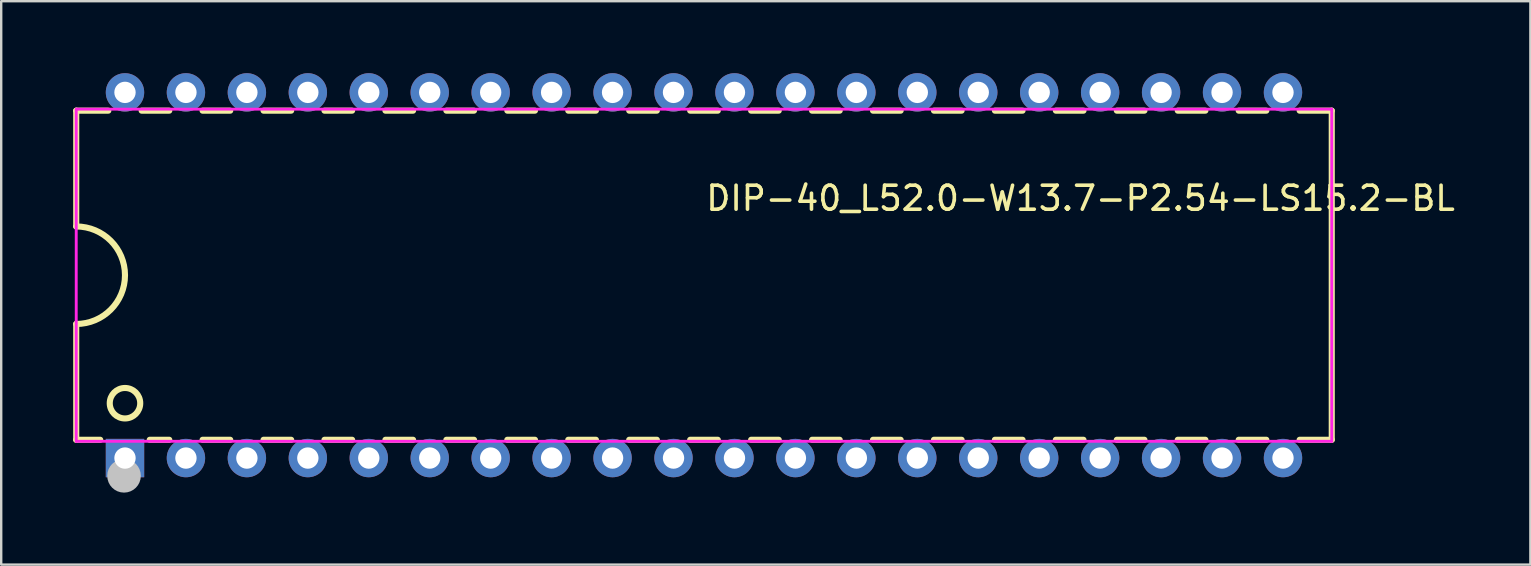
<source format=kicad_pcb>
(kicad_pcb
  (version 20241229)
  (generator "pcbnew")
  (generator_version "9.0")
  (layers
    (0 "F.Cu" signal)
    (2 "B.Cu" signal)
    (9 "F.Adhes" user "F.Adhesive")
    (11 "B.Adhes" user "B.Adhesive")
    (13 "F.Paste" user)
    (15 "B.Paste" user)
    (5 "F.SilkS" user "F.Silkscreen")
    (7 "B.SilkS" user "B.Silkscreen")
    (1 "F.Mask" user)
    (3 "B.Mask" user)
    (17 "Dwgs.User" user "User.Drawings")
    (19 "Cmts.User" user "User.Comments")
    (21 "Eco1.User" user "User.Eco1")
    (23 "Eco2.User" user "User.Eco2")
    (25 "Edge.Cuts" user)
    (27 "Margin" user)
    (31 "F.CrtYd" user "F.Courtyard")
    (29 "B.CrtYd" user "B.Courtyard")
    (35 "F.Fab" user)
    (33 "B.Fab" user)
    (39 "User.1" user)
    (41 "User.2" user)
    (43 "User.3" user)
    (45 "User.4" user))
  (footprint "DIP-40_L52.0-W13.7-P2.54-LS15.2-BL"
    (layer "F.Cu")
    (at 26.289 8.42)
    (property "Reference" "DIP-40_L52.0-W13.7-P2.54-LS15.2-BL" (at 0 -3.207 0) (layer "F.SilkS") (effects (font (size 1 1) (thickness 0.15)) (justify left)))
    (attr through_hole)
    (fp_line (start -26.162 -6.858) (end -26.162 -2.032) (stroke (width 0.254) (type solid)) (layer "F.SilkS"))
    (fp_line (start -26.162 6.858) (end -26.162 2.032) (stroke (width 0.254) (type solid)) (layer "F.SilkS"))
    (fp_line (start -26.162 6.858) (end -25.161 6.858) (stroke (width 0.254) (type solid)) (layer "F.SilkS"))
    (fp_line (start -24.824 -6.858) (end -26.162 -6.858) (stroke (width 0.254) (type solid)) (layer "F.SilkS"))
    (fp_line (start -23.099 6.858) (end -22.284 6.858) (stroke (width 0.254) (type solid)) (layer "F.SilkS"))
    (fp_line (start -22.284 -6.858) (end -23.436 -6.858) (stroke (width 0.254) (type solid)) (layer "F.SilkS"))
    (fp_line (start -20.896 6.858) (end -19.744 6.858) (stroke (width 0.254) (type solid)) (layer "F.SilkS"))
    (fp_line (start -19.744 -6.858) (end -20.896 -6.858) (stroke (width 0.254) (type solid)) (layer "F.SilkS"))
    (fp_line (start -18.356 6.858) (end -17.204 6.858) (stroke (width 0.254) (type solid)) (layer "F.SilkS"))
    (fp_line (start -17.204 -6.858) (end -18.356 -6.858) (stroke (width 0.254) (type solid)) (layer "F.SilkS"))
    (fp_line (start -15.816 6.858) (end -14.664 6.858) (stroke (width 0.254) (type solid)) (layer "F.SilkS"))
    (fp_line (start -14.664 -6.858) (end -15.816 -6.858) (stroke (width 0.254) (type solid)) (layer "F.SilkS"))
    (fp_line (start -13.276 6.858) (end -12.124 6.858) (stroke (width 0.254) (type solid)) (layer "F.SilkS"))
    (fp_line (start -12.124 -6.858) (end -13.276 -6.858) (stroke (width 0.254) (type solid)) (layer "F.SilkS"))
    (fp_line (start -10.736 6.858) (end -9.584 6.858) (stroke (width 0.254) (type solid)) (layer "F.SilkS"))
    (fp_line (start -9.584 -6.858) (end -10.736 -6.858) (stroke (width 0.254) (type solid)) (layer "F.SilkS"))
    (fp_line (start -8.196 6.858) (end -7.044 6.858) (stroke (width 0.254) (type solid)) (layer "F.SilkS"))
    (fp_line (start -7.044 -6.858) (end -8.196 -6.858) (stroke (width 0.254) (type solid)) (layer "F.SilkS"))
    (fp_line (start -5.656 6.858) (end -4.504 6.858) (stroke (width 0.254) (type solid)) (layer "F.SilkS"))
    (fp_line (start -4.504 -6.858) (end -5.656 -6.858) (stroke (width 0.254) (type solid)) (layer "F.SilkS"))
    (fp_line (start -3.116 6.858) (end -1.964 6.858) (stroke (width 0.254) (type solid)) (layer "F.SilkS"))
    (fp_line (start -1.964 -6.858) (end -3.116 -6.858) (stroke (width 0.254) (type solid)) (layer "F.SilkS"))
    (fp_line (start -0.576 6.858) (end 0.576 6.858) (stroke (width 0.254) (type solid)) (layer "F.SilkS"))
    (fp_line (start 0.576 -6.858) (end -0.576 -6.858) (stroke (width 0.254) (type solid)) (layer "F.SilkS"))
    (fp_line (start 1.964 6.858) (end 3.116 6.858) (stroke (width 0.254) (type solid)) (layer "F.SilkS"))
    (fp_line (start 3.116 -6.858) (end 1.964 -6.858) (stroke (width 0.254) (type solid)) (layer "F.SilkS"))
    (fp_line (start 4.504 6.858) (end 5.656 6.858) (stroke (width 0.254) (type solid)) (layer "F.SilkS"))
    (fp_line (start 5.656 -6.858) (end 4.504 -6.858) (stroke (width 0.254) (type solid)) (layer "F.SilkS"))
    (fp_line (start 7.044 6.858) (end 8.196 6.858) (stroke (width 0.254) (type solid)) (layer "F.SilkS"))
    (fp_line (start 8.196 -6.858) (end 7.044 -6.858) (stroke (width 0.254) (type solid)) (layer "F.SilkS"))
    (fp_line (start 9.584 6.858) (end 10.736 6.858) (stroke (width 0.254) (type solid)) (layer "F.SilkS"))
    (fp_line (start 10.736 -6.858) (end 9.584 -6.858) (stroke (width 0.254) (type solid)) (layer "F.SilkS"))
    (fp_line (start 12.124 6.858) (end 13.276 6.858) (stroke (width 0.254) (type solid)) (layer "F.SilkS"))
    (fp_line (start 13.276 -6.858) (end 12.124 -6.858) (stroke (width 0.254) (type solid)) (layer "F.SilkS"))
    (fp_line (start 14.664 6.858) (end 15.816 6.858) (stroke (width 0.254) (type solid)) (layer "F.SilkS"))
    (fp_line (start 15.816 -6.858) (end 14.664 -6.858) (stroke (width 0.254) (type solid)) (layer "F.SilkS"))
    (fp_line (start 17.204 6.858) (end 18.356 6.858) (stroke (width 0.254) (type solid)) (layer "F.SilkS"))
    (fp_line (start 18.356 -6.858) (end 17.204 -6.858) (stroke (width 0.254) (type solid)) (layer "F.SilkS"))
    (fp_line (start 19.744 6.858) (end 20.896 6.858) (stroke (width 0.254) (type solid)) (layer "F.SilkS"))
    (fp_line (start 20.896 -6.858) (end 19.744 -6.858) (stroke (width 0.254) (type solid)) (layer "F.SilkS"))
    (fp_line (start 22.284 6.858) (end 23.436 6.858) (stroke (width 0.254) (type solid)) (layer "F.SilkS"))
    (fp_line (start 23.436 -6.858) (end 22.284 -6.858) (stroke (width 0.254) (type solid)) (layer "F.SilkS"))
    (fp_line (start 24.824 6.858) (end 26.162 6.858) (stroke (width 0.254) (type solid)) (layer "F.SilkS"))
    (fp_line (start 26.162 -6.858) (end 24.824 -6.858) (stroke (width 0.254) (type solid)) (layer "F.SilkS"))
    (fp_line (start 26.162 -6.858) (end 26.162 6.858) (stroke (width 0.254) (type solid)) (layer "F.SilkS"))
    (fp_arc (start -26.162 -2.032) (mid -24.13 0) (end -26.162 2.032) (stroke (width 0.254) (type solid)) (layer "F.SilkS"))
    (fp_circle (center -24.13 5.334) (end -23.495 5.334) (stroke (width 0.254) (type solid)) (fill no) (layer "F.SilkS"))
    (fp_circle (center -24.17 8.36) (end -23.82 8.36) (stroke (width 0.7) (type solid)) (fill no) (layer "Dwgs.User"))
    (fp_line (start -24.83 -7.765) (end -23.43 -7.765) (stroke (width 0.12) (type solid)) (layer "Eco2.User"))
    (fp_line (start -24.83 -6.9) (end -24.83 -7.765) (stroke (width 0.12) (type solid)) (layer "Eco2.User"))
    (fp_line (start -24.83 6.9) (end -23.43 6.9) (stroke (width 0.12) (type solid)) (layer "Eco2.User"))
    (fp_line (start -24.83 7.765) (end -24.83 6.9) (stroke (width 0.12) (type solid)) (layer "Eco2.User"))
    (fp_line (start -23.43 -7.765) (end -23.43 -6.9) (stroke (width 0.12) (type solid)) (layer "Eco2.User"))
    (fp_line (start -23.43 -6.9) (end -24.83 -6.9) (stroke (width 0.12) (type solid)) (layer "Eco2.User"))
    (fp_line (start -23.43 6.9) (end -23.43 7.765) (stroke (width 0.12) (type solid)) (layer "Eco2.User"))
    (fp_line (start -23.43 7.765) (end -24.83 7.765) (stroke (width 0.12) (type solid)) (layer "Eco2.User"))
    (fp_line (start -22.29 -7.765) (end -20.89 -7.765) (stroke (width 0.12) (type solid)) (layer "Eco2.User"))
    (fp_line (start -22.29 -6.9) (end -22.29 -7.765) (stroke (width 0.12) (type solid)) (layer "Eco2.User"))
    (fp_line (start -22.29 6.9) (end -20.89 6.9) (stroke (width 0.12) (type solid)) (layer "Eco2.User"))
    (fp_line (start -22.29 7.765) (end -22.29 6.9) (stroke (width 0.12) (type solid)) (layer "Eco2.User"))
    (fp_line (start -20.89 -7.765) (end -20.89 -6.9) (stroke (width 0.12) (type solid)) (layer "Eco2.User"))
    (fp_line (start -20.89 -6.9) (end -22.29 -6.9) (stroke (width 0.12) (type solid)) (layer "Eco2.User"))
    (fp_line (start -20.89 6.9) (end -20.89 7.765) (stroke (width 0.12) (type solid)) (layer "Eco2.User"))
    (fp_line (start -20.89 7.765) (end -22.29 7.765) (stroke (width 0.12) (type solid)) (layer "Eco2.User"))
    (fp_line (start -19.75 -7.765) (end -18.35 -7.765) (stroke (width 0.12) (type solid)) (layer "Eco2.User"))
    (fp_line (start -19.75 -6.9) (end -19.75 -7.765) (stroke (width 0.12) (type solid)) (layer "Eco2.User"))
    (fp_line (start -19.75 6.9) (end -18.35 6.9) (stroke (width 0.12) (type solid)) (layer "Eco2.User"))
    (fp_line (start -19.75 7.765) (end -19.75 6.9) (stroke (width 0.12) (type solid)) (layer "Eco2.User"))
    (fp_line (start -18.35 -7.765) (end -18.35 -6.9) (stroke (width 0.12) (type solid)) (layer "Eco2.User"))
    (fp_line (start -18.35 -6.9) (end -19.75 -6.9) (stroke (width 0.12) (type solid)) (layer "Eco2.User"))
    (fp_line (start -18.35 6.9) (end -18.35 7.765) (stroke (width 0.12) (type solid)) (layer "Eco2.User"))
    (fp_line (start -18.35 7.765) (end -19.75 7.765) (stroke (width 0.12) (type solid)) (layer "Eco2.User"))
    (fp_line (start -17.21 -7.765) (end -15.81 -7.765) (stroke (width 0.12) (type solid)) (layer "Eco2.User"))
    (fp_line (start -17.21 -6.9) (end -17.21 -7.765) (stroke (width 0.12) (type solid)) (layer "Eco2.User"))
    (fp_line (start -17.21 6.9) (end -15.81 6.9) (stroke (width 0.12) (type solid)) (layer "Eco2.User"))
    (fp_line (start -17.21 7.765) (end -17.21 6.9) (stroke (width 0.12) (type solid)) (layer "Eco2.User"))
    (fp_line (start -15.81 -7.765) (end -15.81 -6.9) (stroke (width 0.12) (type solid)) (layer "Eco2.User"))
    (fp_line (start -15.81 -6.9) (end -17.21 -6.9) (stroke (width 0.12) (type solid)) (layer "Eco2.User"))
    (fp_line (start -15.81 6.9) (end -15.81 7.765) (stroke (width 0.12) (type solid)) (layer "Eco2.User"))
    (fp_line (start -15.81 7.765) (end -17.21 7.765) (stroke (width 0.12) (type solid)) (layer "Eco2.User"))
    (fp_line (start -14.67 -7.765) (end -13.27 -7.765) (stroke (width 0.12) (type solid)) (layer "Eco2.User"))
    (fp_line (start -14.67 -6.9) (end -14.67 -7.765) (stroke (width 0.12) (type solid)) (layer "Eco2.User"))
    (fp_line (start -14.67 6.9) (end -13.27 6.9) (stroke (width 0.12) (type solid)) (layer "Eco2.User"))
    (fp_line (start -14.67 7.765) (end -14.67 6.9) (stroke (width 0.12) (type solid)) (layer "Eco2.User"))
    (fp_line (start -13.27 -7.765) (end -13.27 -6.9) (stroke (width 0.12) (type solid)) (layer "Eco2.User"))
    (fp_line (start -13.27 -6.9) (end -14.67 -6.9) (stroke (width 0.12) (type solid)) (layer "Eco2.User"))
    (fp_line (start -13.27 6.9) (end -13.27 7.765) (stroke (width 0.12) (type solid)) (layer "Eco2.User"))
    (fp_line (start -13.27 7.765) (end -14.67 7.765) (stroke (width 0.12) (type solid)) (layer "Eco2.User"))
    (fp_line (start -12.13 -7.765) (end -10.73 -7.765) (stroke (width 0.12) (type solid)) (layer "Eco2.User"))
    (fp_line (start -12.13 -6.9) (end -12.13 -7.765) (stroke (width 0.12) (type solid)) (layer "Eco2.User"))
    (fp_line (start -12.13 6.9) (end -10.73 6.9) (stroke (width 0.12) (type solid)) (layer "Eco2.User"))
    (fp_line (start -12.13 7.765) (end -12.13 6.9) (stroke (width 0.12) (type solid)) (layer "Eco2.User"))
    (fp_line (start -10.73 -7.765) (end -10.73 -6.9) (stroke (width 0.12) (type solid)) (layer "Eco2.User"))
    (fp_line (start -10.73 -6.9) (end -12.13 -6.9) (stroke (width 0.12) (type solid)) (layer "Eco2.User"))
    (fp_line (start -10.73 6.9) (end -10.73 7.765) (stroke (width 0.12) (type solid)) (layer "Eco2.User"))
    (fp_line (start -10.73 7.765) (end -12.13 7.765) (stroke (width 0.12) (type solid)) (layer "Eco2.User"))
    (fp_line (start -9.59 -7.765) (end -8.19 -7.765) (stroke (width 0.12) (type solid)) (layer "Eco2.User"))
    (fp_line (start -9.59 -6.9) (end -9.59 -7.765) (stroke (width 0.12) (type solid)) (layer "Eco2.User"))
    (fp_line (start -9.59 6.9) (end -8.19 6.9) (stroke (width 0.12) (type solid)) (layer "Eco2.User"))
    (fp_line (start -9.59 7.765) (end -9.59 6.9) (stroke (width 0.12) (type solid)) (layer "Eco2.User"))
    (fp_line (start -8.19 -7.765) (end -8.19 -6.9) (stroke (width 0.12) (type solid)) (layer "Eco2.User"))
    (fp_line (start -8.19 -6.9) (end -9.59 -6.9) (stroke (width 0.12) (type solid)) (layer "Eco2.User"))
    (fp_line (start -8.19 6.9) (end -8.19 7.765) (stroke (width 0.12) (type solid)) (layer "Eco2.User"))
    (fp_line (start -8.19 7.765) (end -9.59 7.765) (stroke (width 0.12) (type solid)) (layer "Eco2.User"))
    (fp_line (start -7.05 -7.765) (end -5.65 -7.765) (stroke (width 0.12) (type solid)) (layer "Eco2.User"))
    (fp_line (start -7.05 -6.9) (end -7.05 -7.765) (stroke (width 0.12) (type solid)) (layer "Eco2.User"))
    (fp_line (start -7.05 6.9) (end -5.65 6.9) (stroke (width 0.12) (type solid)) (layer "Eco2.User"))
    (fp_line (start -7.05 7.765) (end -7.05 6.9) (stroke (width 0.12) (type solid)) (layer "Eco2.User"))
    (fp_line (start -5.65 -7.765) (end -5.65 -6.9) (stroke (width 0.12) (type solid)) (layer "Eco2.User"))
    (fp_line (start -5.65 -6.9) (end -7.05 -6.9) (stroke (width 0.12) (type solid)) (layer "Eco2.User"))
    (fp_line (start -5.65 6.9) (end -5.65 7.765) (stroke (width 0.12) (type solid)) (layer "Eco2.User"))
    (fp_line (start -5.65 7.765) (end -7.05 7.765) (stroke (width 0.12) (type solid)) (layer "Eco2.User"))
    (fp_line (start -4.51 -7.765) (end -3.11 -7.765) (stroke (width 0.12) (type solid)) (layer "Eco2.User"))
    (fp_line (start -4.51 -6.9) (end -4.51 -7.765) (stroke (width 0.12) (type solid)) (layer "Eco2.User"))
    (fp_line (start -4.51 6.9) (end -3.11 6.9) (stroke (width 0.12) (type solid)) (layer "Eco2.User"))
    (fp_line (start -4.51 7.765) (end -4.51 6.9) (stroke (width 0.12) (type solid)) (layer "Eco2.User"))
    (fp_line (start -3.11 -7.765) (end -3.11 -6.9) (stroke (width 0.12) (type solid)) (layer "Eco2.User"))
    (fp_line (start -3.11 -6.9) (end -4.51 -6.9) (stroke (width 0.12) (type solid)) (layer "Eco2.User"))
    (fp_line (start -3.11 6.9) (end -3.11 7.765) (stroke (width 0.12) (type solid)) (layer "Eco2.User"))
    (fp_line (start -3.11 7.765) (end -4.51 7.765) (stroke (width 0.12) (type solid)) (layer "Eco2.User"))
    (fp_line (start -1.97 -7.765) (end -0.57 -7.765) (stroke (width 0.12) (type solid)) (layer "Eco2.User"))
    (fp_line (start -1.97 -6.9) (end -1.97 -7.765) (stroke (width 0.12) (type solid)) (layer "Eco2.User"))
    (fp_line (start -1.97 6.9) (end -0.57 6.9) (stroke (width 0.12) (type solid)) (layer "Eco2.User"))
    (fp_line (start -1.97 7.765) (end -1.97 6.9) (stroke (width 0.12) (type solid)) (layer "Eco2.User"))
    (fp_line (start -0.57 -7.765) (end -0.57 -6.9) (stroke (width 0.12) (type solid)) (layer "Eco2.User"))
    (fp_line (start -0.57 -6.9) (end -1.97 -6.9) (stroke (width 0.12) (type solid)) (layer "Eco2.User"))
    (fp_line (start -0.57 6.9) (end -0.57 7.765) (stroke (width 0.12) (type solid)) (layer "Eco2.User"))
    (fp_line (start -0.57 7.765) (end -1.97 7.765) (stroke (width 0.12) (type solid)) (layer "Eco2.User"))
    (fp_line (start 0.57 -7.765) (end 1.97 -7.765) (stroke (width 0.12) (type solid)) (layer "Eco2.User"))
    (fp_line (start 0.57 -6.9) (end 0.57 -7.765) (stroke (width 0.12) (type solid)) (layer "Eco2.User"))
    (fp_line (start 0.57 6.9) (end 1.97 6.9) (stroke (width 0.12) (type solid)) (layer "Eco2.User"))
    (fp_line (start 0.57 7.765) (end 0.57 6.9) (stroke (width 0.12) (type solid)) (layer "Eco2.User"))
    (fp_line (start 1.97 -7.765) (end 1.97 -6.9) (stroke (width 0.12) (type solid)) (layer "Eco2.User"))
    (fp_line (start 1.97 -6.9) (end 0.57 -6.9) (stroke (width 0.12) (type solid)) (layer "Eco2.User"))
    (fp_line (start 1.97 6.9) (end 1.97 7.765) (stroke (width 0.12) (type solid)) (layer "Eco2.User"))
    (fp_line (start 1.97 7.765) (end 0.57 7.765) (stroke (width 0.12) (type solid)) (layer "Eco2.User"))
    (fp_line (start 3.11 -7.765) (end 4.51 -7.765) (stroke (width 0.12) (type solid)) (layer "Eco2.User"))
    (fp_line (start 3.11 -6.9) (end 3.11 -7.765) (stroke (width 0.12) (type solid)) (layer "Eco2.User"))
    (fp_line (start 3.11 6.9) (end 4.51 6.9) (stroke (width 0.12) (type solid)) (layer "Eco2.User"))
    (fp_line (start 3.11 7.765) (end 3.11 6.9) (stroke (width 0.12) (type solid)) (layer "Eco2.User"))
    (fp_line (start 4.51 -7.765) (end 4.51 -6.9) (stroke (width 0.12) (type solid)) (layer "Eco2.User"))
    (fp_line (start 4.51 -6.9) (end 3.11 -6.9) (stroke (width 0.12) (type solid)) (layer "Eco2.User"))
    (fp_line (start 4.51 6.9) (end 4.51 7.765) (stroke (width 0.12) (type solid)) (layer "Eco2.User"))
    (fp_line (start 4.51 7.765) (end 3.11 7.765) (stroke (width 0.12) (type solid)) (layer "Eco2.User"))
    (fp_line (start 5.65 -7.765) (end 7.05 -7.765) (stroke (width 0.12) (type solid)) (layer "Eco2.User"))
    (fp_line (start 5.65 -6.9) (end 5.65 -7.765) (stroke (width 0.12) (type solid)) (layer "Eco2.User"))
    (fp_line (start 5.65 6.9) (end 7.05 6.9) (stroke (width 0.12) (type solid)) (layer "Eco2.User"))
    (fp_line (start 5.65 7.765) (end 5.65 6.9) (stroke (width 0.12) (type solid)) (layer "Eco2.User"))
    (fp_line (start 7.05 -7.765) (end 7.05 -6.9) (stroke (width 0.12) (type solid)) (layer "Eco2.User"))
    (fp_line (start 7.05 -6.9) (end 5.65 -6.9) (stroke (width 0.12) (type solid)) (layer "Eco2.User"))
    (fp_line (start 7.05 6.9) (end 7.05 7.765) (stroke (width 0.12) (type solid)) (layer "Eco2.User"))
    (fp_line (start 7.05 7.765) (end 5.65 7.765) (stroke (width 0.12) (type solid)) (layer "Eco2.User"))
    (fp_line (start 8.19 -7.765) (end 9.59 -7.765) (stroke (width 0.12) (type solid)) (layer "Eco2.User"))
    (fp_line (start 8.19 -6.9) (end 8.19 -7.765) (stroke (width 0.12) (type solid)) (layer "Eco2.User"))
    (fp_line (start 8.19 6.9) (end 9.59 6.9) (stroke (width 0.12) (type solid)) (layer "Eco2.User"))
    (fp_line (start 8.19 7.765) (end 8.19 6.9) (stroke (width 0.12) (type solid)) (layer "Eco2.User"))
    (fp_line (start 9.59 -7.765) (end 9.59 -6.9) (stroke (width 0.12) (type solid)) (layer "Eco2.User"))
    (fp_line (start 9.59 -6.9) (end 8.19 -6.9) (stroke (width 0.12) (type solid)) (layer "Eco2.User"))
    (fp_line (start 9.59 6.9) (end 9.59 7.765) (stroke (width 0.12) (type solid)) (layer "Eco2.User"))
    (fp_line (start 9.59 7.765) (end 8.19 7.765) (stroke (width 0.12) (type solid)) (layer "Eco2.User"))
    (fp_line (start 10.73 -7.765) (end 12.13 -7.765) (stroke (width 0.12) (type solid)) (layer "Eco2.User"))
    (fp_line (start 10.73 -6.9) (end 10.73 -7.765) (stroke (width 0.12) (type solid)) (layer "Eco2.User"))
    (fp_line (start 10.73 6.9) (end 12.13 6.9) (stroke (width 0.12) (type solid)) (layer "Eco2.User"))
    (fp_line (start 10.73 7.765) (end 10.73 6.9) (stroke (width 0.12) (type solid)) (layer "Eco2.User"))
    (fp_line (start 12.13 -7.765) (end 12.13 -6.9) (stroke (width 0.12) (type solid)) (layer "Eco2.User"))
    (fp_line (start 12.13 -6.9) (end 10.73 -6.9) (stroke (width 0.12) (type solid)) (layer "Eco2.User"))
    (fp_line (start 12.13 6.9) (end 12.13 7.765) (stroke (width 0.12) (type solid)) (layer "Eco2.User"))
    (fp_line (start 12.13 7.765) (end 10.73 7.765) (stroke (width 0.12) (type solid)) (layer "Eco2.User"))
    (fp_line (start 13.27 -7.765) (end 14.67 -7.765) (stroke (width 0.12) (type solid)) (layer "Eco2.User"))
    (fp_line (start 13.27 -6.9) (end 13.27 -7.765) (stroke (width 0.12) (type solid)) (layer "Eco2.User"))
    (fp_line (start 13.27 6.9) (end 14.67 6.9) (stroke (width 0.12) (type solid)) (layer "Eco2.User"))
    (fp_line (start 13.27 7.765) (end 13.27 6.9) (stroke (width 0.12) (type solid)) (layer "Eco2.User"))
    (fp_line (start 14.67 -7.765) (end 14.67 -6.9) (stroke (width 0.12) (type solid)) (layer "Eco2.User"))
    (fp_line (start 14.67 -6.9) (end 13.27 -6.9) (stroke (width 0.12) (type solid)) (layer "Eco2.User"))
    (fp_line (start 14.67 6.9) (end 14.67 7.765) (stroke (width 0.12) (type solid)) (layer "Eco2.User"))
    (fp_line (start 14.67 7.765) (end 13.27 7.765) (stroke (width 0.12) (type solid)) (layer "Eco2.User"))
    (fp_line (start 15.81 -7.765) (end 17.21 -7.765) (stroke (width 0.12) (type solid)) (layer "Eco2.User"))
    (fp_line (start 15.81 -6.9) (end 15.81 -7.765) (stroke (width 0.12) (type solid)) (layer "Eco2.User"))
    (fp_line (start 15.81 6.9) (end 17.21 6.9) (stroke (width 0.12) (type solid)) (layer "Eco2.User"))
    (fp_line (start 15.81 7.765) (end 15.81 6.9) (stroke (width 0.12) (type solid)) (layer "Eco2.User"))
    (fp_line (start 17.21 -7.765) (end 17.21 -6.9) (stroke (width 0.12) (type solid)) (layer "Eco2.User"))
    (fp_line (start 17.21 -6.9) (end 15.81 -6.9) (stroke (width 0.12) (type solid)) (layer "Eco2.User"))
    (fp_line (start 17.21 6.9) (end 17.21 7.765) (stroke (width 0.12) (type solid)) (layer "Eco2.User"))
    (fp_line (start 17.21 7.765) (end 15.81 7.765) (stroke (width 0.12) (type solid)) (layer "Eco2.User"))
    (fp_line (start 18.35 -7.765) (end 19.75 -7.765) (stroke (width 0.12) (type solid)) (layer "Eco2.User"))
    (fp_line (start 18.35 -6.9) (end 18.35 -7.765) (stroke (width 0.12) (type solid)) (layer "Eco2.User"))
    (fp_line (start 18.35 6.9) (end 19.75 6.9) (stroke (width 0.12) (type solid)) (layer "Eco2.User"))
    (fp_line (start 18.35 7.765) (end 18.35 6.9) (stroke (width 0.12) (type solid)) (layer "Eco2.User"))
    (fp_line (start 19.75 -7.765) (end 19.75 -6.9) (stroke (width 0.12) (type solid)) (layer "Eco2.User"))
    (fp_line (start 19.75 -6.9) (end 18.35 -6.9) (stroke (width 0.12) (type solid)) (layer "Eco2.User"))
    (fp_line (start 19.75 6.9) (end 19.75 7.765) (stroke (width 0.12) (type solid)) (layer "Eco2.User"))
    (fp_line (start 19.75 7.765) (end 18.35 7.765) (stroke (width 0.12) (type solid)) (layer "Eco2.User"))
    (fp_line (start 20.89 -7.765) (end 22.29 -7.765) (stroke (width 0.12) (type solid)) (layer "Eco2.User"))
    (fp_line (start 20.89 -6.9) (end 20.89 -7.765) (stroke (width 0.12) (type solid)) (layer "Eco2.User"))
    (fp_line (start 20.89 6.9) (end 22.29 6.9) (stroke (width 0.12) (type solid)) (layer "Eco2.User"))
    (fp_line (start 20.89 7.765) (end 20.89 6.9) (stroke (width 0.12) (type solid)) (layer "Eco2.User"))
    (fp_line (start 22.29 -7.765) (end 22.29 -6.9) (stroke (width 0.12) (type solid)) (layer "Eco2.User"))
    (fp_line (start 22.29 -6.9) (end 20.89 -6.9) (stroke (width 0.12) (type solid)) (layer "Eco2.User"))
    (fp_line (start 22.29 6.9) (end 22.29 7.765) (stroke (width 0.12) (type solid)) (layer "Eco2.User"))
    (fp_line (start 22.29 7.765) (end 20.89 7.765) (stroke (width 0.12) (type solid)) (layer "Eco2.User"))
    (fp_line (start 23.43 -7.765) (end 24.83 -7.765) (stroke (width 0.12) (type solid)) (layer "Eco2.User"))
    (fp_line (start 23.43 -6.9) (end 23.43 -7.765) (stroke (width 0.12) (type solid)) (layer "Eco2.User"))
    (fp_line (start 23.43 6.9) (end 24.83 6.9) (stroke (width 0.12) (type solid)) (layer "Eco2.User"))
    (fp_line (start 23.43 7.765) (end 23.43 6.9) (stroke (width 0.12) (type solid)) (layer "Eco2.User"))
    (fp_line (start 24.83 -7.765) (end 24.83 -6.9) (stroke (width 0.12) (type solid)) (layer "Eco2.User"))
    (fp_line (start 24.83 -6.9) (end 23.43 -6.9) (stroke (width 0.12) (type solid)) (layer "Eco2.User"))
    (fp_line (start 24.83 6.9) (end 24.83 7.765) (stroke (width 0.12) (type solid)) (layer "Eco2.User"))
    (fp_line (start 24.83 7.765) (end 23.43 7.765) (stroke (width 0.12) (type solid)) (layer "Eco2.User"))
    (fp_circle (center -26.162 7.765) (end -26.132 7.765) (stroke (width 0.06) (type solid)) (fill no) (layer "Eco2.User"))
    (fp_poly (pts (xy -24.355 7.475) (xy -23.905 7.475) (xy -23.905 7.765) (xy -24.355 7.765)) (stroke (width 0.12) (type solid)) (fill no) (layer "Eco2.User"))
    (fp_poly (pts (xy -23.905 -7.475) (xy -24.355 -7.475) (xy -24.355 -7.765) (xy -23.905 -7.765)) (stroke (width 0.12) (type solid)) (fill no) (layer "Eco2.User"))
    (fp_poly (pts (xy -21.815 7.475) (xy -21.365 7.475) (xy -21.365 7.765) (xy -21.815 7.765)) (stroke (width 0.12) (type solid)) (fill no) (layer "Eco2.User"))
    (fp_poly (pts (xy -21.365 -7.475) (xy -21.815 -7.475) (xy -21.815 -7.765) (xy -21.365 -7.765)) (stroke (width 0.12) (type solid)) (fill no) (layer "Eco2.User"))
    (fp_poly (pts (xy -19.275 7.475) (xy -18.825 7.475) (xy -18.825 7.765) (xy -19.275 7.765)) (stroke (width 0.12) (type solid)) (fill no) (layer "Eco2.User"))
    (fp_poly (pts (xy -18.825 -7.475) (xy -19.275 -7.475) (xy -19.275 -7.765) (xy -18.825 -7.765)) (stroke (width 0.12) (type solid)) (fill no) (layer "Eco2.User"))
    (fp_poly (pts (xy -16.735 7.475) (xy -16.285 7.475) (xy -16.285 7.765) (xy -16.735 7.765)) (stroke (width 0.12) (type solid)) (fill no) (layer "Eco2.User"))
    (fp_poly (pts (xy -16.285 -7.475) (xy -16.735 -7.475) (xy -16.735 -7.765) (xy -16.285 -7.765)) (stroke (width 0.12) (type solid)) (fill no) (layer "Eco2.User"))
    (fp_poly (pts (xy -14.195 7.475) (xy -13.745 7.475) (xy -13.745 7.765) (xy -14.195 7.765)) (stroke (width 0.12) (type solid)) (fill no) (layer "Eco2.User"))
    (fp_poly (pts (xy -13.745 -7.475) (xy -14.195 -7.475) (xy -14.195 -7.765) (xy -13.745 -7.765)) (stroke (width 0.12) (type solid)) (fill no) (layer "Eco2.User"))
    (fp_poly (pts (xy -11.655 7.475) (xy -11.205 7.475) (xy -11.205 7.765) (xy -11.655 7.765)) (stroke (width 0.12) (type solid)) (fill no) (layer "Eco2.User"))
    (fp_poly (pts (xy -11.205 -7.475) (xy -11.655 -7.475) (xy -11.655 -7.765) (xy -11.205 -7.765)) (stroke (width 0.12) (type solid)) (fill no) (layer "Eco2.User"))
    (fp_poly (pts (xy -9.115 7.475) (xy -8.665 7.475) (xy -8.665 7.765) (xy -9.115 7.765)) (stroke (width 0.12) (type solid)) (fill no) (layer "Eco2.User"))
    (fp_poly (pts (xy -8.665 -7.475) (xy -9.115 -7.475) (xy -9.115 -7.765) (xy -8.665 -7.765)) (stroke (width 0.12) (type solid)) (fill no) (layer "Eco2.User"))
    (fp_poly (pts (xy -6.575 7.475) (xy -6.125 7.475) (xy -6.125 7.765) (xy -6.575 7.765)) (stroke (width 0.12) (type solid)) (fill no) (layer "Eco2.User"))
    (fp_poly (pts (xy -6.125 -7.475) (xy -6.575 -7.475) (xy -6.575 -7.765) (xy -6.125 -7.765)) (stroke (width 0.12) (type solid)) (fill no) (layer "Eco2.User"))
    (fp_poly (pts (xy -4.035 7.475) (xy -3.585 7.475) (xy -3.585 7.765) (xy -4.035 7.765)) (stroke (width 0.12) (type solid)) (fill no) (layer "Eco2.User"))
    (fp_poly (pts (xy -3.585 -7.475) (xy -4.035 -7.475) (xy -4.035 -7.765) (xy -3.585 -7.765)) (stroke (width 0.12) (type solid)) (fill no) (layer "Eco2.User"))
    (fp_poly (pts (xy -1.495 7.475) (xy -1.045 7.475) (xy -1.045 7.765) (xy -1.495 7.765)) (stroke (width 0.12) (type solid)) (fill no) (layer "Eco2.User"))
    (fp_poly (pts (xy -1.045 -7.475) (xy -1.495 -7.475) (xy -1.495 -7.765) (xy -1.045 -7.765)) (stroke (width 0.12) (type solid)) (fill no) (layer "Eco2.User"))
    (fp_poly (pts (xy 1.045 7.475) (xy 1.495 7.475) (xy 1.495 7.765) (xy 1.045 7.765)) (stroke (width 0.12) (type solid)) (fill no) (layer "Eco2.User"))
    (fp_poly (pts (xy 1.495 -7.475) (xy 1.045 -7.475) (xy 1.045 -7.765) (xy 1.495 -7.765)) (stroke (width 0.12) (type solid)) (fill no) (layer "Eco2.User"))
    (fp_poly (pts (xy 3.585 7.475) (xy 4.035 7.475) (xy 4.035 7.765) (xy 3.585 7.765)) (stroke (width 0.12) (type solid)) (fill no) (layer "Eco2.User"))
    (fp_poly (pts (xy 4.035 -7.475) (xy 3.585 -7.475) (xy 3.585 -7.765) (xy 4.035 -7.765)) (stroke (width 0.12) (type solid)) (fill no) (layer "Eco2.User"))
    (fp_poly (pts (xy 6.125 7.475) (xy 6.575 7.475) (xy 6.575 7.765) (xy 6.125 7.765)) (stroke (width 0.12) (type solid)) (fill no) (layer "Eco2.User"))
    (fp_poly (pts (xy 6.575 -7.475) (xy 6.125 -7.475) (xy 6.125 -7.765) (xy 6.575 -7.765)) (stroke (width 0.12) (type solid)) (fill no) (layer "Eco2.User"))
    (fp_poly (pts (xy 8.665 7.475) (xy 9.115 7.475) (xy 9.115 7.765) (xy 8.665 7.765)) (stroke (width 0.12) (type solid)) (fill no) (layer "Eco2.User"))
    (fp_poly (pts (xy 9.115 -7.475) (xy 8.665 -7.475) (xy 8.665 -7.765) (xy 9.115 -7.765)) (stroke (width 0.12) (type solid)) (fill no) (layer "Eco2.User"))
    (fp_poly (pts (xy 11.205 7.475) (xy 11.655 7.475) (xy 11.655 7.765) (xy 11.205 7.765)) (stroke (width 0.12) (type solid)) (fill no) (layer "Eco2.User"))
    (fp_poly (pts (xy 11.655 -7.475) (xy 11.205 -7.475) (xy 11.205 -7.765) (xy 11.655 -7.765)) (stroke (width 0.12) (type solid)) (fill no) (layer "Eco2.User"))
    (fp_poly (pts (xy 13.745 7.475) (xy 14.195 7.475) (xy 14.195 7.765) (xy 13.745 7.765)) (stroke (width 0.12) (type solid)) (fill no) (layer "Eco2.User"))
    (fp_poly (pts (xy 14.195 -7.475) (xy 13.745 -7.475) (xy 13.745 -7.765) (xy 14.195 -7.765)) (stroke (width 0.12) (type solid)) (fill no) (layer "Eco2.User"))
    (fp_poly (pts (xy 16.285 7.475) (xy 16.735 7.475) (xy 16.735 7.765) (xy 16.285 7.765)) (stroke (width 0.12) (type solid)) (fill no) (layer "Eco2.User"))
    (fp_poly (pts (xy 16.735 -7.475) (xy 16.285 -7.475) (xy 16.285 -7.765) (xy 16.735 -7.765)) (stroke (width 0.12) (type solid)) (fill no) (layer "Eco2.User"))
    (fp_poly (pts (xy 18.825 7.475) (xy 19.275 7.475) (xy 19.275 7.765) (xy 18.825 7.765)) (stroke (width 0.12) (type solid)) (fill no) (layer "Eco2.User"))
    (fp_poly (pts (xy 19.275 -7.475) (xy 18.825 -7.475) (xy 18.825 -7.765) (xy 19.275 -7.765)) (stroke (width 0.12) (type solid)) (fill no) (layer "Eco2.User"))
    (fp_poly (pts (xy 21.365 7.475) (xy 21.815 7.475) (xy 21.815 7.765) (xy 21.365 7.765)) (stroke (width 0.12) (type solid)) (fill no) (layer "Eco2.User"))
    (fp_poly (pts (xy 21.815 -7.475) (xy 21.365 -7.475) (xy 21.365 -7.765) (xy 21.815 -7.765)) (stroke (width 0.12) (type solid)) (fill no) (layer "Eco2.User"))
    (fp_poly (pts (xy 23.905 7.475) (xy 24.355 7.475) (xy 24.355 7.765) (xy 23.905 7.765)) (stroke (width 0.12) (type solid)) (fill no) (layer "Eco2.User"))
    (fp_poly (pts (xy 24.355 -7.475) (xy 23.905 -7.475) (xy 23.905 -7.765) (xy 24.355 -7.765)) (stroke (width 0.12) (type solid)) (fill no) (layer "Eco2.User"))
    (fp_line (start -26.162 -6.921) (end 26.162 -6.921) (stroke (width 0.12) (type solid)) (layer "F.CrtYd"))
    (fp_line (start -26.162 6.922) (end -26.162 -6.921) (stroke (width 0.12) (type solid)) (layer "F.CrtYd"))
    (fp_line (start 26.162 -6.921) (end 26.162 6.922) (stroke (width 0.12) (type solid)) (layer "F.CrtYd"))
    (fp_line (start 26.162 6.922) (end -26.162 6.922) (stroke (width 0.12) (type solid)) (layer "F.CrtYd"))
    (pad "1" thru_hole rect (at -24.13 7.62) (size 1.6 1.6) (drill 0.89) (layers "*.Cu" "*.Mask"))
    (pad "2" thru_hole circle (at -21.59 7.62) (size 1.6 1.6) (drill 0.89) (layers "*.Cu" "*.Mask"))
    (pad "3" thru_hole circle (at -19.05 7.62) (size 1.6 1.6) (drill 0.89) (layers "*.Cu" "*.Mask"))
    (pad "4" thru_hole circle (at -16.51 7.62) (size 1.6 1.6) (drill 0.89) (layers "*.Cu" "*.Mask"))
    (pad "5" thru_hole circle (at -13.97 7.62) (size 1.6 1.6) (drill 0.89) (layers "*.Cu" "*.Mask"))
    (pad "6" thru_hole circle (at -11.43 7.62) (size 1.6 1.6) (drill 0.89) (layers "*.Cu" "*.Mask"))
    (pad "7" thru_hole circle (at -8.89 7.62) (size 1.6 1.6) (drill 0.89) (layers "*.Cu" "*.Mask"))
    (pad "8" thru_hole circle (at -6.35 7.62) (size 1.6 1.6) (drill 0.89) (layers "*.Cu" "*.Mask"))
    (pad "9" thru_hole circle (at -3.81 7.62) (size 1.6 1.6) (drill 0.89) (layers "*.Cu" "*.Mask"))
    (pad "10" thru_hole circle (at -1.27 7.62) (size 1.6 1.6) (drill 0.89) (layers "*.Cu" "*.Mask"))
    (pad "11" thru_hole circle (at 1.27 7.62) (size 1.6 1.6) (drill 0.89) (layers "*.Cu" "*.Mask"))
    (pad "12" thru_hole circle (at 3.81 7.62) (size 1.6 1.6) (drill 0.89) (layers "*.Cu" "*.Mask"))
    (pad "13" thru_hole circle (at 6.35 7.62) (size 1.6 1.6) (drill 0.89) (layers "*.Cu" "*.Mask"))
    (pad "14" thru_hole circle (at 8.89 7.62) (size 1.6 1.6) (drill 0.89) (layers "*.Cu" "*.Mask"))
    (pad "15" thru_hole circle (at 11.43 7.62) (size 1.6 1.6) (drill 0.89) (layers "*.Cu" "*.Mask"))
    (pad "16" thru_hole circle (at 13.97 7.62) (size 1.6 1.6) (drill 0.89) (layers "*.Cu" "*.Mask"))
    (pad "17" thru_hole circle (at 16.51 7.62) (size 1.6 1.6) (drill 0.89) (layers "*.Cu" "*.Mask"))
    (pad "18" thru_hole circle (at 19.05 7.62) (size 1.6 1.6) (drill 0.89) (layers "*.Cu" "*.Mask"))
    (pad "19" thru_hole circle (at 21.59 7.62) (size 1.6 1.6) (drill 0.89) (layers "*.Cu" "*.Mask"))
    (pad "20" thru_hole circle (at 24.13 7.62) (size 1.6 1.6) (drill 0.89) (layers "*.Cu" "*.Mask"))
    (pad "21" thru_hole circle (at 24.13 -7.62) (size 1.6 1.6) (drill 0.89) (layers "*.Cu" "*.Mask"))
    (pad "22" thru_hole circle (at 21.59 -7.62) (size 1.6 1.6) (drill 0.89) (layers "*.Cu" "*.Mask"))
    (pad "23" thru_hole circle (at 19.05 -7.62) (size 1.6 1.6) (drill 0.89) (layers "*.Cu" "*.Mask"))
    (pad "24" thru_hole circle (at 16.51 -7.62) (size 1.6 1.6) (drill 0.89) (layers "*.Cu" "*.Mask"))
    (pad "25" thru_hole circle (at 13.97 -7.62) (size 1.6 1.6) (drill 0.89) (layers "*.Cu" "*.Mask"))
    (pad "26" thru_hole circle (at 11.43 -7.62) (size 1.6 1.6) (drill 0.89) (layers "*.Cu" "*.Mask"))
    (pad "27" thru_hole circle (at 8.89 -7.62) (size 1.6 1.6) (drill 0.89) (layers "*.Cu" "*.Mask"))
    (pad "28" thru_hole circle (at 6.35 -7.62) (size 1.6 1.6) (drill 0.89) (layers "*.Cu" "*.Mask"))
    (pad "29" thru_hole circle (at 3.81 -7.62) (size 1.6 1.6) (drill 0.89) (layers "*.Cu" "*.Mask"))
    (pad "30" thru_hole circle (at 1.27 -7.62) (size 1.6 1.6) (drill 0.89) (layers "*.Cu" "*.Mask"))
    (pad "31" thru_hole circle (at -1.27 -7.62) (size 1.6 1.6) (drill 0.89) (layers "*.Cu" "*.Mask"))
    (pad "32" thru_hole circle (at -3.81 -7.62) (size 1.6 1.6) (drill 0.89) (layers "*.Cu" "*.Mask"))
    (pad "33" thru_hole circle (at -6.35 -7.62) (size 1.6 1.6) (drill 0.89) (layers "*.Cu" "*.Mask"))
    (pad "34" thru_hole circle (at -8.89 -7.62) (size 1.6 1.6) (drill 0.89) (layers "*.Cu" "*.Mask"))
    (pad "35" thru_hole circle (at -11.43 -7.62) (size 1.6 1.6) (drill 0.89) (layers "*.Cu" "*.Mask"))
    (pad "36" thru_hole circle (at -13.97 -7.62) (size 1.6 1.6) (drill 0.89) (layers "*.Cu" "*.Mask"))
    (pad "37" thru_hole circle (at -16.51 -7.62) (size 1.6 1.6) (drill 0.89) (layers "*.Cu" "*.Mask"))
    (pad "38" thru_hole circle (at -19.05 -7.62) (size 1.6 1.6) (drill 0.89) (layers "*.Cu" "*.Mask"))
    (pad "39" thru_hole circle (at -21.59 -7.62) (size 1.6 1.6) (drill 0.89) (layers "*.Cu" "*.Mask"))
    (pad "40" thru_hole circle (at -24.13 -7.62) (size 1.6 1.6) (drill 0.89) (layers "*.Cu" "*.Mask")))
  (gr_rect
    (start -3 -3)
    (end 60.729 20.48)
    (stroke (width 0.1) (type default))
    (fill no)
    (layer "Edge.Cuts")))
</source>
